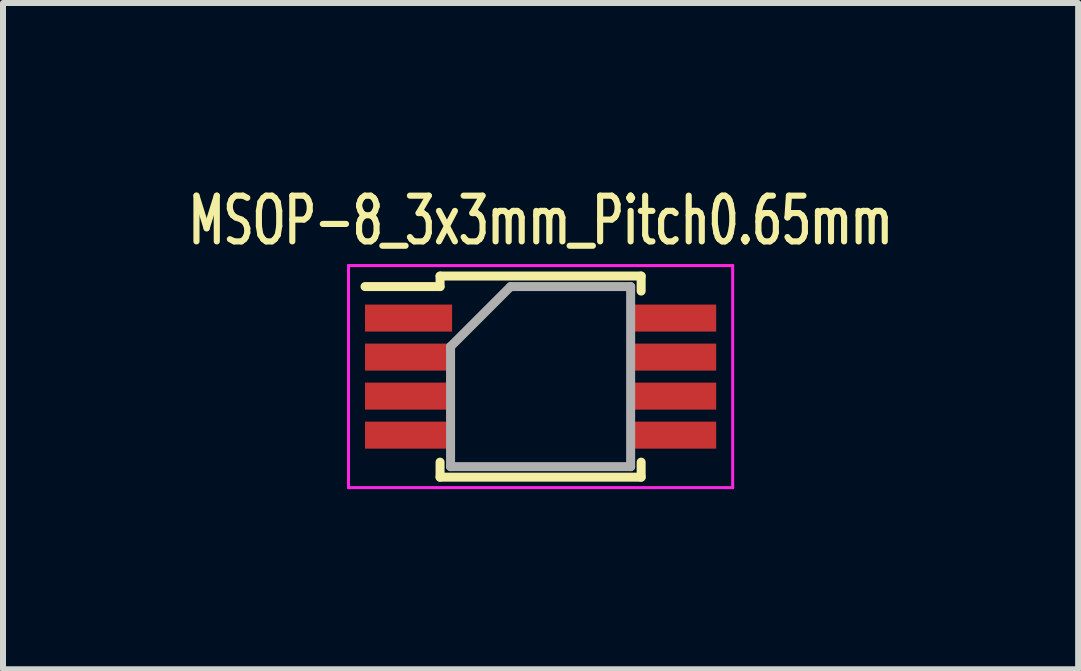
<source format=kicad_pcb>
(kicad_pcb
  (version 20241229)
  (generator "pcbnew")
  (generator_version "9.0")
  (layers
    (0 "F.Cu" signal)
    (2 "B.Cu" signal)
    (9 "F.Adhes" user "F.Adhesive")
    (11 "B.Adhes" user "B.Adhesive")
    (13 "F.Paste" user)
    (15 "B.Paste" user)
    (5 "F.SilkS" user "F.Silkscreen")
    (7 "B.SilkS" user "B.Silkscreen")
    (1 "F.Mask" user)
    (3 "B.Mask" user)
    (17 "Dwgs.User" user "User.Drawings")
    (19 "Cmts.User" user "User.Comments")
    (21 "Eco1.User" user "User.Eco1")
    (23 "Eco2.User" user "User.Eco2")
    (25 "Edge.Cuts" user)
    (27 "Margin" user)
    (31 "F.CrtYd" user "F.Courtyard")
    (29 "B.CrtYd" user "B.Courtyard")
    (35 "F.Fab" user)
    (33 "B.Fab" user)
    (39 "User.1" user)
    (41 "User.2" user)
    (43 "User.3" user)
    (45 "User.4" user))
  (footprint "MSOP-8_3x3mm_Pitch0.65mm"
    (layer "F.Cu")
    (at 5.956 3.224)
    (property "Reference" "MSOP-8_3x3mm_Pitch0.65mm" (at 0 -2.6 0) (layer "F.SilkS") (effects (font (size 0.762 0.508) (thickness 0.102))))
    (attr smd)
    (fp_line (start -1.675 -1.675) (end -1.675 -1.5) (stroke (width 0.15) (type solid)) (layer "F.SilkS"))
    (fp_line (start -1.675 -1.675) (end 1.675 -1.675) (stroke (width 0.15) (type solid)) (layer "F.SilkS"))
    (fp_line (start -1.675 -1.5) (end -2.925 -1.5) (stroke (width 0.15) (type solid)) (layer "F.SilkS"))
    (fp_line (start -1.675 1.675) (end -1.675 1.425) (stroke (width 0.15) (type solid)) (layer "F.SilkS"))
    (fp_line (start -1.675 1.675) (end 1.675 1.675) (stroke (width 0.15) (type solid)) (layer "F.SilkS"))
    (fp_line (start 1.675 -1.675) (end 1.675 -1.425) (stroke (width 0.15) (type solid)) (layer "F.SilkS"))
    (fp_line (start 1.675 1.675) (end 1.675 1.425) (stroke (width 0.15) (type solid)) (layer "F.SilkS"))
    (fp_line (start -3.2 -1.85) (end -3.2 1.85) (stroke (width 0.05) (type solid)) (layer "F.CrtYd"))
    (fp_line (start -3.2 -1.85) (end 3.2 -1.85) (stroke (width 0.05) (type solid)) (layer "F.CrtYd"))
    (fp_line (start -3.2 1.85) (end 3.2 1.85) (stroke (width 0.05) (type solid)) (layer "F.CrtYd"))
    (fp_line (start 3.2 -1.85) (end 3.2 1.85) (stroke (width 0.05) (type solid)) (layer "F.CrtYd"))
    (fp_line (start -1.5 -0.5) (end -0.5 -1.5) (stroke (width 0.15) (type solid)) (layer "F.Fab"))
    (fp_line (start -1.5 1.5) (end -1.5 -0.5) (stroke (width 0.15) (type solid)) (layer "F.Fab"))
    (fp_line (start -0.5 -1.5) (end 1.5 -1.5) (stroke (width 0.15) (type solid)) (layer "F.Fab"))
    (fp_line (start 1.5 -1.5) (end 1.5 1.5) (stroke (width 0.15) (type solid)) (layer "F.Fab"))
    (fp_line (start 1.5 1.5) (end -1.5 1.5) (stroke (width 0.15) (type solid)) (layer "F.Fab"))
    (pad "1" smd rect (at -2.2 -0.975) (size 1.45 0.45) (layers "F.Cu" "F.Mask" "F.Paste"))
    (pad "2" smd rect (at -2.2 -0.325) (size 1.45 0.45) (layers "F.Cu" "F.Mask" "F.Paste"))
    (pad "3" smd rect (at -2.2 0.325) (size 1.45 0.45) (layers "F.Cu" "F.Mask" "F.Paste"))
    (pad "4" smd rect (at -2.2 0.975) (size 1.45 0.45) (layers "F.Cu" "F.Mask" "F.Paste"))
    (pad "5" smd rect (at 2.2 0.975) (size 1.45 0.45) (layers "F.Cu" "F.Mask" "F.Paste"))
    (pad "6" smd rect (at 2.2 0.325) (size 1.45 0.45) (layers "F.Cu" "F.Mask" "F.Paste"))
    (pad "7" smd rect (at 2.2 -0.325) (size 1.45 0.45) (layers "F.Cu" "F.Mask" "F.Paste"))
    (pad "8" smd rect (at 2.2 -0.975) (size 1.45 0.45) (layers "F.Cu" "F.Mask" "F.Paste")))
  (gr_rect
    (start -3 -3)
    (end 14.911 8.099)
    (stroke (width 0.1) (type default))
    (fill no)
    (layer "Edge.Cuts")))
</source>
